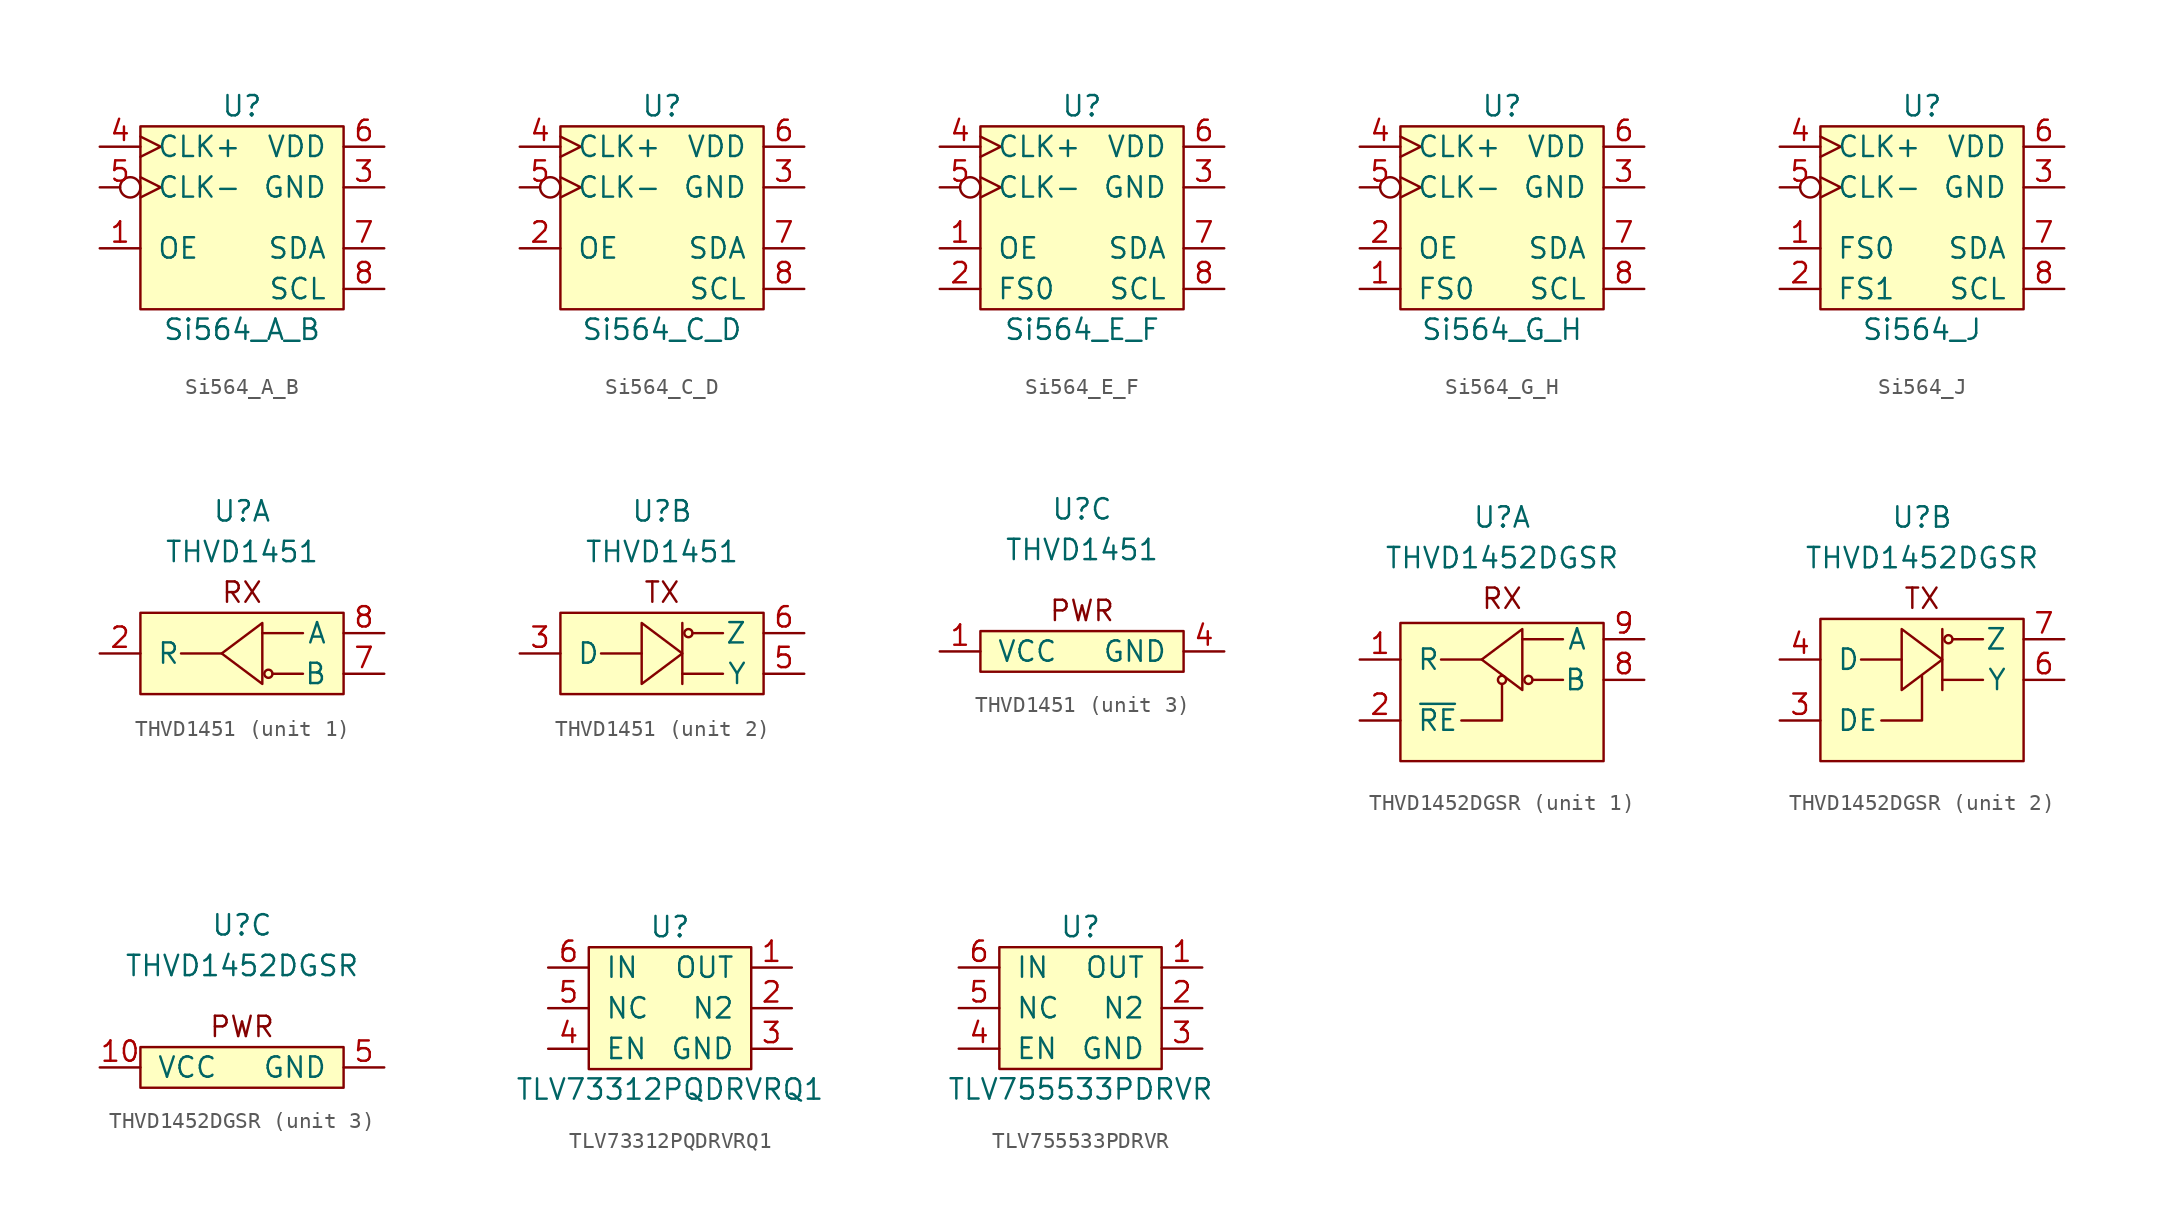
<source format=kicad_sym>
(kicad_symbol_lib
  (version 20201005)
  (generator kicad_symbol_editor)
  (symbol "lethalbit:Si564_A_B"
    (pin_names
      (offset 1.016))
    (property "Reference" "U"
      (at 0 6.35 0)
      (effects (font (size 1.27 1.27))))
    (property "Value" "Si564_A_B"
      (at 0 -7.62 0)
      (effects (font (size 1.27 1.27))))
    (symbol "Si564_A_B_0_1"
      (rectangle (start -6.35 5.08) (end 6.35 -6.35) (stroke (width 0)) (fill (type background)))
      (pin passive line (at 8.89 1.27 180) (length 2.54) (name "GND" (effects (font (size 1.27 1.27)))) (number "3" (effects (font (size 1.27 1.27)))))
      (pin passive clock (at -8.89 3.81 0) (length 2.54) (name "CLK+" (effects (font (size 1.27 1.27)))) (number "4" (effects (font (size 1.27 1.27)))))
      (pin passive inverted_clock (at -8.89 1.27 0) (length 2.54) (name "CLK-" (effects (font (size 1.27 1.27)))) (number "5" (effects (font (size 1.27 1.27)))))
      (pin power_in line (at 8.89 3.81 180) (length 2.54) (name "VDD" (effects (font (size 1.27 1.27)))) (number "6" (effects (font (size 1.27 1.27)))))
      (pin passive line (at 8.89 -2.54 180) (length 2.54) (name "SDA" (effects (font (size 1.27 1.27)))) (number "7" (effects (font (size 1.27 1.27)))))
      (pin passive line (at 8.89 -5.08 180) (length 2.54) (name "SCL" (effects (font (size 1.27 1.27)))) (number "8" (effects (font (size 1.27 1.27))))))
    (symbol "Si564_A_B_1_1"
      (pin passive line (at -8.89 -2.54 0) (length 2.54) (name "OE" (effects (font (size 1.27 1.27)))) (number "1" (effects (font (size 1.27 1.27)))))
      (pin no_connect non_logic (at -8.89 -5.08 0) (length 2.54) hide (name "NC" (effects (font (size 1.27 1.27)))) (number "2" (effects (font (size 1.27 1.27)))))))
  (symbol "lethalbit:Si564_C_D"
    (pin_names
      (offset 1.016))
    (property "Reference" "U"
      (at 0 6.35 0)
      (effects (font (size 1.27 1.27))))
    (property "Value" "Si564_C_D"
      (at 0 -7.62 0)
      (effects (font (size 1.27 1.27))))
    (symbol "Si564_C_D_0_1"
      (rectangle (start -6.35 5.08) (end 6.35 -6.35) (stroke (width 0)) (fill (type background)))
      (pin passive line (at 8.89 1.27 180) (length 2.54) (name "GND" (effects (font (size 1.27 1.27)))) (number "3" (effects (font (size 1.27 1.27)))))
      (pin passive clock (at -8.89 3.81 0) (length 2.54) (name "CLK+" (effects (font (size 1.27 1.27)))) (number "4" (effects (font (size 1.27 1.27)))))
      (pin passive inverted_clock (at -8.89 1.27 0) (length 2.54) (name "CLK-" (effects (font (size 1.27 1.27)))) (number "5" (effects (font (size 1.27 1.27)))))
      (pin power_in line (at 8.89 3.81 180) (length 2.54) (name "VDD" (effects (font (size 1.27 1.27)))) (number "6" (effects (font (size 1.27 1.27)))))
      (pin passive line (at 8.89 -2.54 180) (length 2.54) (name "SDA" (effects (font (size 1.27 1.27)))) (number "7" (effects (font (size 1.27 1.27)))))
      (pin passive line (at 8.89 -5.08 180) (length 2.54) (name "SCL" (effects (font (size 1.27 1.27)))) (number "8" (effects (font (size 1.27 1.27))))))
    (symbol "Si564_C_D_1_1"
      (pin no_connect non_logic (at -8.89 -5.08 0) (length 2.54) hide (name "NC" (effects (font (size 1.27 1.27)))) (number "1" (effects (font (size 1.27 1.27)))))
      (pin passive line (at -8.89 -2.54 0) (length 2.54) (name "OE" (effects (font (size 1.27 1.27)))) (number "2" (effects (font (size 1.27 1.27)))))))
  (symbol "lethalbit:Si564_E_F"
    (pin_names
      (offset 1.016))
    (property "Reference" "U"
      (at 0 6.35 0)
      (effects (font (size 1.27 1.27))))
    (property "Value" "Si564_E_F"
      (at 0 -7.62 0)
      (effects (font (size 1.27 1.27))))
    (symbol "Si564_E_F_0_1"
      (rectangle (start -6.35 5.08) (end 6.35 -6.35) (stroke (width 0)) (fill (type background)))
      (pin passive line (at 8.89 1.27 180) (length 2.54) (name "GND" (effects (font (size 1.27 1.27)))) (number "3" (effects (font (size 1.27 1.27)))))
      (pin passive clock (at -8.89 3.81 0) (length 2.54) (name "CLK+" (effects (font (size 1.27 1.27)))) (number "4" (effects (font (size 1.27 1.27)))))
      (pin passive inverted_clock (at -8.89 1.27 0) (length 2.54) (name "CLK-" (effects (font (size 1.27 1.27)))) (number "5" (effects (font (size 1.27 1.27)))))
      (pin power_in line (at 8.89 3.81 180) (length 2.54) (name "VDD" (effects (font (size 1.27 1.27)))) (number "6" (effects (font (size 1.27 1.27)))))
      (pin passive line (at 8.89 -2.54 180) (length 2.54) (name "SDA" (effects (font (size 1.27 1.27)))) (number "7" (effects (font (size 1.27 1.27)))))
      (pin passive line (at 8.89 -5.08 180) (length 2.54) (name "SCL" (effects (font (size 1.27 1.27)))) (number "8" (effects (font (size 1.27 1.27))))))
    (symbol "Si564_E_F_1_1"
      (pin passive line (at -8.89 -2.54 0) (length 2.54) (name "OE" (effects (font (size 1.27 1.27)))) (number "1" (effects (font (size 1.27 1.27)))))
      (pin passive line (at -8.89 -5.08 0) (length 2.54) (name "FS0" (effects (font (size 1.27 1.27)))) (number "2" (effects (font (size 1.27 1.27)))))))
  (symbol "lethalbit:Si564_G_H"
    (pin_names
      (offset 1.016))
    (property "Reference" "U"
      (at 0 6.35 0)
      (effects (font (size 1.27 1.27))))
    (property "Value" "Si564_G_H"
      (at 0 -7.62 0)
      (effects (font (size 1.27 1.27))))
    (symbol "Si564_G_H_0_1"
      (rectangle (start -6.35 5.08) (end 6.35 -6.35) (stroke (width 0)) (fill (type background)))
      (pin passive line (at 8.89 1.27 180) (length 2.54) (name "GND" (effects (font (size 1.27 1.27)))) (number "3" (effects (font (size 1.27 1.27)))))
      (pin passive clock (at -8.89 3.81 0) (length 2.54) (name "CLK+" (effects (font (size 1.27 1.27)))) (number "4" (effects (font (size 1.27 1.27)))))
      (pin passive inverted_clock (at -8.89 1.27 0) (length 2.54) (name "CLK-" (effects (font (size 1.27 1.27)))) (number "5" (effects (font (size 1.27 1.27)))))
      (pin power_in line (at 8.89 3.81 180) (length 2.54) (name "VDD" (effects (font (size 1.27 1.27)))) (number "6" (effects (font (size 1.27 1.27)))))
      (pin passive line (at 8.89 -2.54 180) (length 2.54) (name "SDA" (effects (font (size 1.27 1.27)))) (number "7" (effects (font (size 1.27 1.27)))))
      (pin passive line (at 8.89 -5.08 180) (length 2.54) (name "SCL" (effects (font (size 1.27 1.27)))) (number "8" (effects (font (size 1.27 1.27))))))
    (symbol "Si564_G_H_1_1"
      (pin passive line (at -8.89 -5.08 0) (length 2.54) (name "FS0" (effects (font (size 1.27 1.27)))) (number "1" (effects (font (size 1.27 1.27)))))
      (pin passive line (at -8.89 -2.54 0) (length 2.54) (name "OE" (effects (font (size 1.27 1.27)))) (number "2" (effects (font (size 1.27 1.27)))))))
  (symbol "lethalbit:Si564_J"
    (pin_names
      (offset 1.016))
    (property "Reference" "U"
      (at 0 6.35 0)
      (effects (font (size 1.27 1.27))))
    (property "Value" "Si564_J"
      (at 0 -7.62 0)
      (effects (font (size 1.27 1.27))))
    (symbol "Si564_J_0_1"
      (rectangle (start -6.35 5.08) (end 6.35 -6.35) (stroke (width 0)) (fill (type background)))
      (pin passive line (at 8.89 1.27 180) (length 2.54) (name "GND" (effects (font (size 1.27 1.27)))) (number "3" (effects (font (size 1.27 1.27)))))
      (pin passive clock (at -8.89 3.81 0) (length 2.54) (name "CLK+" (effects (font (size 1.27 1.27)))) (number "4" (effects (font (size 1.27 1.27)))))
      (pin passive inverted_clock (at -8.89 1.27 0) (length 2.54) (name "CLK-" (effects (font (size 1.27 1.27)))) (number "5" (effects (font (size 1.27 1.27)))))
      (pin power_in line (at 8.89 3.81 180) (length 2.54) (name "VDD" (effects (font (size 1.27 1.27)))) (number "6" (effects (font (size 1.27 1.27)))))
      (pin passive line (at 8.89 -2.54 180) (length 2.54) (name "SDA" (effects (font (size 1.27 1.27)))) (number "7" (effects (font (size 1.27 1.27)))))
      (pin passive line (at 8.89 -5.08 180) (length 2.54) (name "SCL" (effects (font (size 1.27 1.27)))) (number "8" (effects (font (size 1.27 1.27))))))
    (symbol "Si564_J_1_1"
      (pin passive line (at -8.89 -2.54 0) (length 2.54) (name "FS0" (effects (font (size 1.27 1.27)))) (number "1" (effects (font (size 1.27 1.27)))))
      (pin passive line (at -8.89 -5.08 0) (length 2.54) (name "FS1" (effects (font (size 1.27 1.27)))) (number "2" (effects (font (size 1.27 1.27)))))))
  (symbol "lethalbit:THVD1451"
    (pin_names
      (offset 1.016))
    (property "Reference" "U"
      (at 0 8.89 0)
      (effects (font (size 1.27 1.27))))
    (property "Value" "THVD1451"
      (at 0 6.35 0)
      (effects (font (size 1.27 1.27))))
    (property "ki_locked" ""
      (at 0 0 0)
      (effects (font (size 1.27 1.27))))
    (symbol "THVD1451_1_0"
      (text "RX" (at 0 3.81 0) (effects (font (size 1.27 1.27)))))
    (symbol "THVD1451_1_1"
      (circle (center 1.651 -1.27) (radius 0.254) (stroke (width 0)) (fill (type none)))
      (rectangle (start -6.35 2.54) (end 6.35 -2.54) (stroke (width 0)) (fill (type background)))
      (polyline (pts (xy -1.27 0) (xy -3.81 0)) (stroke (width 0)) (fill (type none)))
      (polyline (pts (xy 3.175 -1.27) (xy 3.81 -1.27) (xy 1.905 -1.27)) (stroke (width 0)) (fill (type none)))
      (polyline (pts (xy 3.175 1.27) (xy 3.81 1.27) (xy 1.27 1.27)) (stroke (width 0)) (fill (type none)))
      (polyline (pts (xy -1.27 0) (xy 1.27 1.905) (xy 1.27 -1.905) (xy -1.27 0)) (stroke (width 0)) (fill (type none)))
      (pin output line (at -8.89 0 0) (length 2.54) (name "R" (effects (font (size 1.27 1.27)))) (number "2" (effects (font (size 1.27 1.27)))))
      (pin input line (at 8.89 -1.27 180) (length 2.54) (name "B" (effects (font (size 1.27 1.27)))) (number "7" (effects (font (size 1.27 1.27)))))
      (pin input line (at 8.89 1.27 180) (length 2.54) (name "A" (effects (font (size 1.27 1.27)))) (number "8" (effects (font (size 1.27 1.27))))))
    (symbol "THVD1451_2_0"
      (text "TX" (at 0 3.81 0) (effects (font (size 1.27 1.27)))))
    (symbol "THVD1451_2_1"
      (circle (center 1.651 1.27) (radius 0.254) (stroke (width 0)) (fill (type none)))
      (rectangle (start -6.35 2.54) (end 6.35 -2.54) (stroke (width 0)) (fill (type background)))
      (polyline (pts (xy -1.27 0) (xy -3.81 0)) (stroke (width 0)) (fill (type none)))
      (polyline (pts (xy 1.27 1.905) (xy 1.27 -1.905)) (stroke (width 0)) (fill (type none)))
      (polyline (pts (xy 3.175 -1.27) (xy 3.81 -1.27) (xy 1.27 -1.27)) (stroke (width 0)) (fill (type none)))
      (polyline (pts (xy 3.175 1.27) (xy 3.81 1.27) (xy 1.905 1.27)) (stroke (width 0)) (fill (type none)))
      (polyline (pts (xy 1.27 0) (xy -1.27 1.905) (xy -1.27 -1.905) (xy 1.27 0)) (stroke (width 0)) (fill (type none)))
      (pin input line (at -8.89 0 0) (length 2.54) (name "D" (effects (font (size 1.27 1.27)))) (number "3" (effects (font (size 1.27 1.27)))))
      (pin output line (at 8.89 -1.27 180) (length 2.54) (name "Y" (effects (font (size 1.27 1.27)))) (number "5" (effects (font (size 1.27 1.27)))))
      (pin output line (at 8.89 1.27 180) (length 2.54) (name "Z" (effects (font (size 1.27 1.27)))) (number "6" (effects (font (size 1.27 1.27))))))
    (symbol "THVD1451_3_0"
      (text "PWR" (at 0 2.54 0) (effects (font (size 1.27 1.27))))
      (rectangle (start -6.35 1.27) (end 6.35 -1.27) (stroke (width 0)) (fill (type background))))
    (symbol "THVD1451_3_1"
      (pin power_in line (at -8.89 0 0) (length 2.54) (name "VCC" (effects (font (size 1.27 1.27)))) (number "1" (effects (font (size 1.27 1.27)))))
      (pin passive line (at 8.89 0 180) (length 2.54) (name "GND" (effects (font (size 1.27 1.27)))) (number "4" (effects (font (size 1.27 1.27)))))
      (pin passive line (at 8.89 0 180) (length 2.54) hide (name "GND" (effects (font (size 1.27 1.27)))) (number "9" (effects (font (size 1.27 1.27)))))))
  (symbol "lethalbit:THVD1452DGSR"
    (pin_names
      (offset 1.016))
    (property "Reference" "U"
      (at 0 8.89 0)
      (effects (font (size 1.27 1.27))))
    (property "Value" "THVD1452DGSR"
      (at 0 6.35 0)
      (effects (font (size 1.27 1.27))))
    (property "ki_locked" ""
      (at 0 0 0)
      (effects (font (size 1.27 1.27))))
    (symbol "THVD1452DGSR_1_0"
      (text "RX" (at 0 3.81 0) (effects (font (size 1.27 1.27)))))
    (symbol "THVD1452DGSR_1_1"
      (circle (center 0 -1.27) (radius 0.254) (stroke (width 0)) (fill (type none)))
      (circle (center 1.651 -1.27) (radius 0.254) (stroke (width 0)) (fill (type none)))
      (rectangle (start -6.35 2.286) (end 6.35 -6.35) (stroke (width 0)) (fill (type background)))
      (polyline (pts (xy -1.27 0) (xy -3.81 0)) (stroke (width 0)) (fill (type none)))
      (polyline (pts (xy -2.54 -3.81) (xy 0 -3.81) (xy 0 -1.524)) (stroke (width 0.152)) (fill (type none)))
      (polyline (pts (xy 3.175 -1.27) (xy 3.81 -1.27) (xy 1.905 -1.27)) (stroke (width 0)) (fill (type none)))
      (polyline (pts (xy 3.175 1.27) (xy 3.81 1.27) (xy 1.27 1.27)) (stroke (width 0)) (fill (type none)))
      (polyline (pts (xy -1.27 0) (xy 1.27 1.905) (xy 1.27 -1.905) (xy -1.27 0)) (stroke (width 0)) (fill (type none)))
      (pin output line (at -8.89 0 0) (length 2.54) (name "R" (effects (font (size 1.27 1.27)))) (number "1" (effects (font (size 1.27 1.27)))))
      (pin input line (at -8.89 -3.81 0) (length 2.54) (name "~RE" (effects (font (size 1.27 1.27)))) (number "2" (effects (font (size 1.27 1.27)))))
      (pin input line (at 8.89 -1.27 180) (length 2.54) (name "B" (effects (font (size 1.27 1.27)))) (number "8" (effects (font (size 1.27 1.27)))))
      (pin input line (at 8.89 1.27 180) (length 2.54) (name "A" (effects (font (size 1.27 1.27)))) (number "9" (effects (font (size 1.27 1.27))))))
    (symbol "THVD1452DGSR_2_0"
      (text "TX" (at 0 3.81 0) (effects (font (size 1.27 1.27)))))
    (symbol "THVD1452DGSR_2_1"
      (circle (center 1.651 1.27) (radius 0.254) (stroke (width 0)) (fill (type none)))
      (rectangle (start -6.35 2.54) (end 6.35 -6.35) (stroke (width 0)) (fill (type background)))
      (polyline (pts (xy -1.27 0) (xy -3.81 0)) (stroke (width 0)) (fill (type none)))
      (polyline (pts (xy 1.27 1.905) (xy 1.27 -1.905)) (stroke (width 0)) (fill (type none)))
      (polyline (pts (xy -2.54 -3.81) (xy 0 -3.81) (xy 0 -1.016)) (stroke (width 0.152)) (fill (type none)))
      (polyline (pts (xy 3.175 -1.27) (xy 3.81 -1.27) (xy 1.27 -1.27)) (stroke (width 0)) (fill (type none)))
      (polyline (pts (xy 3.175 1.27) (xy 3.81 1.27) (xy 1.905 1.27)) (stroke (width 0)) (fill (type none)))
      (polyline (pts (xy 1.27 0) (xy -1.27 1.905) (xy -1.27 -1.905) (xy 1.27 0)) (stroke (width 0)) (fill (type none)))
      (pin input line (at -8.89 -3.81 0) (length 2.54) (name "DE" (effects (font (size 1.27 1.27)))) (number "3" (effects (font (size 1.27 1.27)))))
      (pin input line (at -8.89 0 0) (length 2.54) (name "D" (effects (font (size 1.27 1.27)))) (number "4" (effects (font (size 1.27 1.27)))))
      (pin output line (at 8.89 -1.27 180) (length 2.54) (name "Y" (effects (font (size 1.27 1.27)))) (number "6" (effects (font (size 1.27 1.27)))))
      (pin output line (at 8.89 1.27 180) (length 2.54) (name "Z" (effects (font (size 1.27 1.27)))) (number "7" (effects (font (size 1.27 1.27))))))
    (symbol "THVD1452DGSR_3_0"
      (text "PWR" (at 0 2.54 0) (effects (font (size 1.27 1.27))))
      (rectangle (start -6.35 1.27) (end 6.35 -1.27) (stroke (width 0)) (fill (type background))))
    (symbol "THVD1452DGSR_3_1"
      (pin power_in line (at -8.89 0 0) (length 2.54) (name "VCC" (effects (font (size 1.27 1.27)))) (number "10" (effects (font (size 1.27 1.27)))))
      (pin passive line (at 8.89 0 180) (length 2.54) (name "GND" (effects (font (size 1.27 1.27)))) (number "5" (effects (font (size 1.27 1.27)))))))
  (symbol "lethalbit:TLV73312PQDRVRQ1"
    (pin_names
      (offset 1.016))
    (property "Reference" "U"
      (at 0 5.08 0)
      (effects (font (size 1.27 1.27))))
    (property "Value" "TLV73312PQDRVRQ1"
      (at 0 -5.08 0)
      (effects (font (size 1.27 1.27))))
    (symbol "TLV73312PQDRVRQ1_0_1"
      (rectangle (start -5.08 3.81) (end 5.08 -3.81) (stroke (width 0)) (fill (type background))))
    (symbol "TLV73312PQDRVRQ1_1_1"
      (pin output line (at 7.62 2.54 180) (length 2.54) (name "OUT" (effects (font (size 1.27 1.27)))) (number "1" (effects (font (size 1.27 1.27)))))
      (pin output line (at 7.62 0 180) (length 2.54) (name "N2" (effects (font (size 1.27 1.27)))) (number "2" (effects (font (size 1.27 1.27)))))
      (pin passive line (at 7.62 -2.54 180) (length 2.54) (name "GND" (effects (font (size 1.27 1.27)))) (number "3" (effects (font (size 1.27 1.27)))))
      (pin input line (at -7.62 -2.54 0) (length 2.54) (name "EN" (effects (font (size 1.27 1.27)))) (number "4" (effects (font (size 1.27 1.27)))))
      (pin power_in line (at -7.62 0 0) (length 2.54) (name "NC" (effects (font (size 1.27 1.27)))) (number "5" (effects (font (size 1.27 1.27)))))
      (pin power_in line (at -7.62 2.54 0) (length 2.54) (name "IN" (effects (font (size 1.27 1.27)))) (number "6" (effects (font (size 1.27 1.27)))))
      (pin passive line (at 7.62 -2.54 180) (length 2.54) hide (name "GND" (effects (font (size 1.27 1.27)))) (number "7" (effects (font (size 1.27 1.27)))))))
  (symbol "lethalbit:TLV755533PDRVR"
    (pin_names
      (offset 1.016))
    (property "Reference" "U"
      (at 0 5.08 0)
      (effects (font (size 1.27 1.27))))
    (property "Value" "TLV755533PDRVR"
      (at 0 -5.08 0)
      (effects (font (size 1.27 1.27))))
    (symbol "TLV755533PDRVR_0_1"
      (rectangle (start -5.08 3.81) (end 5.08 -3.81) (stroke (width 0)) (fill (type background))))
    (symbol "TLV755533PDRVR_1_1"
      (pin output line (at 7.62 2.54 180) (length 2.54) (name "OUT" (effects (font (size 1.27 1.27)))) (number "1" (effects (font (size 1.27 1.27)))))
      (pin output line (at 7.62 0 180) (length 2.54) (name "N2" (effects (font (size 1.27 1.27)))) (number "2" (effects (font (size 1.27 1.27)))))
      (pin passive line (at 7.62 -2.54 180) (length 2.54) (name "GND" (effects (font (size 1.27 1.27)))) (number "3" (effects (font (size 1.27 1.27)))))
      (pin input line (at -7.62 -2.54 0) (length 2.54) (name "EN" (effects (font (size 1.27 1.27)))) (number "4" (effects (font (size 1.27 1.27)))))
      (pin power_in line (at -7.62 0 0) (length 2.54) (name "NC" (effects (font (size 1.27 1.27)))) (number "5" (effects (font (size 1.27 1.27)))))
      (pin power_in line (at -7.62 2.54 0) (length 2.54) (name "IN" (effects (font (size 1.27 1.27)))) (number "6" (effects (font (size 1.27 1.27)))))
      (pin passive line (at 7.62 -2.54 180) (length 2.54) hide (name "GND" (effects (font (size 1.27 1.27)))) (number "7" (effects (font (size 1.27 1.27))))))))
</source>
